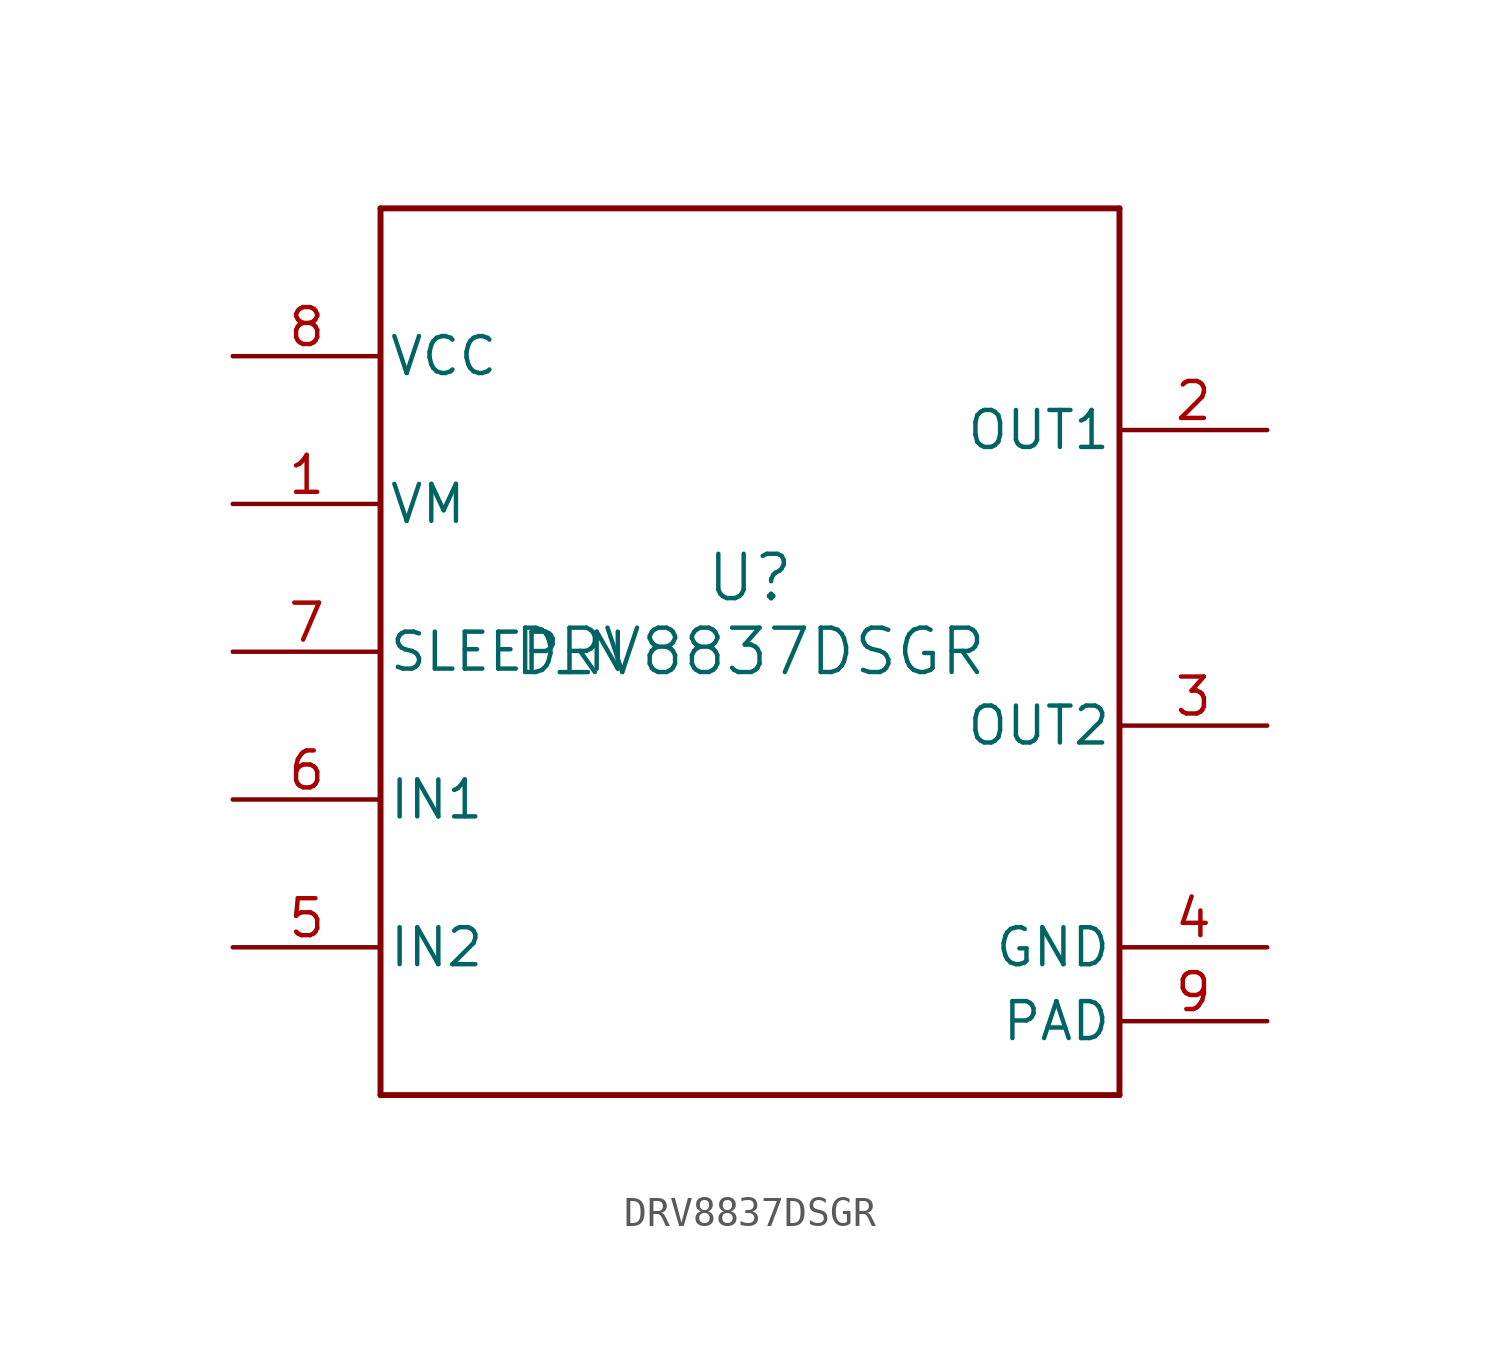
<source format=kicad_sym>
(kicad_symbol_lib
  (version 20211014)
  (generator kicad_symbol_editor)
  (symbol "DRV8837DSGR"
    (pin_names
      (offset 0.254))
    (property "Reference" "U"
      (at 0 2.54 0)
      (effects (font (size 1.524 1.524))))
    (property "Value" "DRV8837DSGR"
      (at 0 0 0)
      (effects (font (size 1.524 1.524))))
    (symbol "DRV8837DSGR_0_1"
      (polyline (pts (xy -12.7 -15.24) (xy 12.7 -15.24)) (stroke (width 0.203) (type default) (color 0 0 0 0)) (fill (type none)))
      (polyline (pts (xy 12.7 -15.24) (xy 12.7 15.24)) (stroke (width 0.203) (type default) (color 0 0 0 0)) (fill (type none)))
      (polyline (pts (xy 12.7 15.24) (xy -12.7 15.24)) (stroke (width 0.203) (type default) (color 0 0 0 0)) (fill (type none)))
      (polyline (pts (xy -12.7 15.24) (xy -12.7 -15.24)) (stroke (width 0.203) (type default) (color 0 0 0 0)) (fill (type none)))
      (pin power_in line (at -17.78 5.08 0) (length 5.08) (name "VM" (effects (font (size 1.27 1.27)))) (number "1" (effects (font (size 1.27 1.27)))))
      (pin power_in line (at 17.78 7.62 180) (length 5.08) (name "OUT1" (effects (font (size 1.27 1.27)))) (number "2" (effects (font (size 1.27 1.27)))))
      (pin power_in line (at 17.78 -2.54 180) (length 5.08) (name "OUT2" (effects (font (size 1.27 1.27)))) (number "3" (effects (font (size 1.27 1.27)))))
      (pin power_in line (at 17.78 -10.16 180) (length 5.08) (name "GND" (effects (font (size 1.27 1.27)))) (number "4" (effects (font (size 1.27 1.27)))))
      (pin input line (at -17.78 -10.16 0) (length 5.08) (name "IN2" (effects (font (size 1.27 1.27)))) (number "5" (effects (font (size 1.27 1.27)))))
      (pin input line (at -17.78 -5.08 0) (length 5.08) (name "IN1" (effects (font (size 1.27 1.27)))) (number "6" (effects (font (size 1.27 1.27)))))
      (pin input line (at -17.78 0 0) (length 5.08) (name "SLEEP_N" (effects (font (size 1.27 1.27)))) (number "7" (effects (font (size 1.27 1.27)))))
      (pin power_in line (at -17.78 10.16 0) (length 5.08) (name "VCC" (effects (font (size 1.27 1.27)))) (number "8" (effects (font (size 1.27 1.27)))))
      (pin power_in line (at 17.78 -12.7 180) (length 5.08) (name "PAD" (effects (font (size 1.27 1.27)))) (number "9" (effects (font (size 1.27 1.27))))))))
</source>
